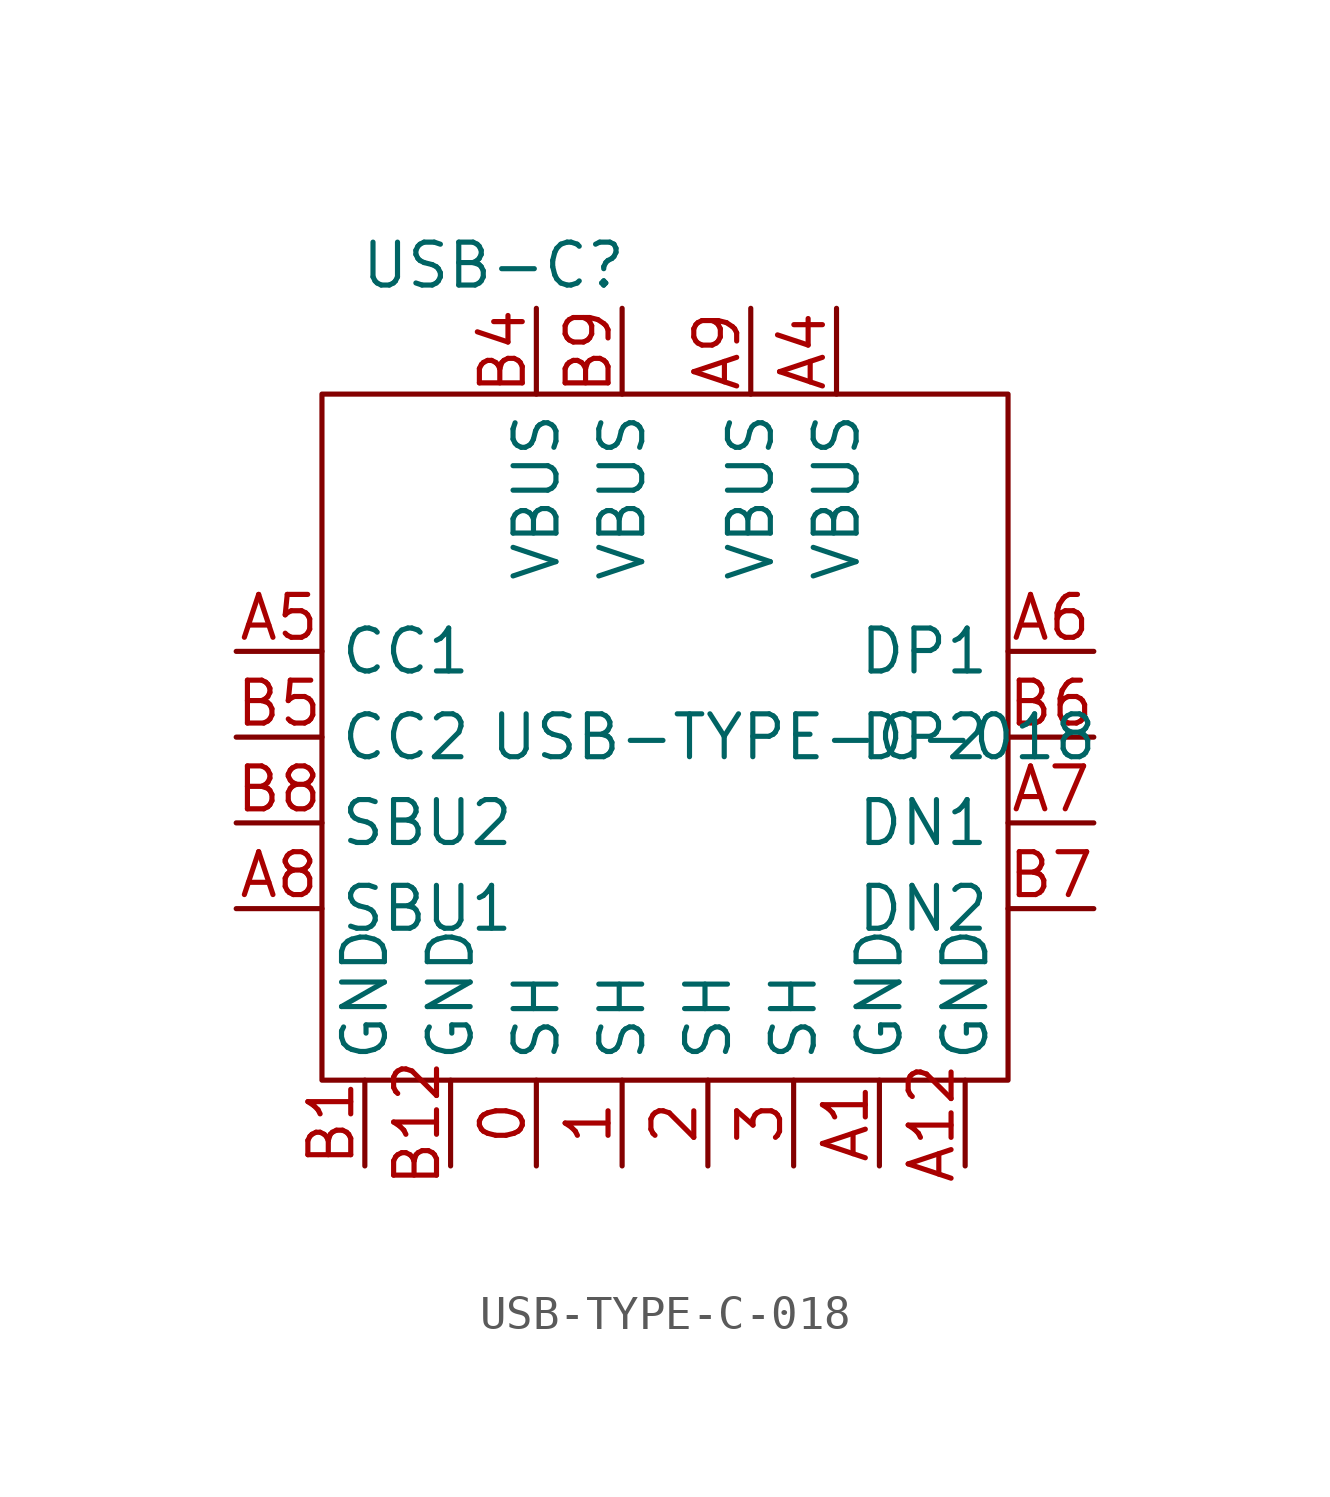
<source format=kicad_sym>
(kicad_symbol_lib
  (version 20220914)
  (generator kicad_symbol_editor)
  (symbol "USB-TYPE-C-018"
    (property "Reference" "USB-C"
      (at 0 0 0)
      (effects (font (size 1.27 1.27))))
    (property "Value" "USB-TYPE-C-018"
      (at 8.89 -13.97 0)
      (effects (font (size 1.27 1.27))))
    (symbol "USB-TYPE-C-018_0_1"
      (rectangle (start -5.08 -3.81) (end 15.24 -24.13) (stroke (width 0) (type default)) (fill (type none))))
    (symbol "USB-TYPE-C-018_1_1"
      (pin bidirectional line (at 1.27 -26.67 90) (length 2.54) (name "SH" (effects (font (size 1.27 1.27)))) (number "0" (effects (font (size 1.27 1.27)))))
      (pin bidirectional line (at 3.81 -26.67 90) (length 2.54) (name "SH" (effects (font (size 1.27 1.27)))) (number "1" (effects (font (size 1.27 1.27)))))
      (pin bidirectional line (at 6.35 -26.67 90) (length 2.54) (name "SH" (effects (font (size 1.27 1.27)))) (number "2" (effects (font (size 1.27 1.27)))))
      (pin bidirectional line (at 8.89 -26.67 90) (length 2.54) (name "SH" (effects (font (size 1.27 1.27)))) (number "3" (effects (font (size 1.27 1.27)))))
      (pin bidirectional line (at 11.43 -26.67 90) (length 2.54) (name "GND" (effects (font (size 1.27 1.27)))) (number "A1" (effects (font (size 1.27 1.27)))))
      (pin bidirectional line (at 13.97 -26.67 90) (length 2.54) (name "GND" (effects (font (size 1.27 1.27)))) (number "A12" (effects (font (size 1.27 1.27)))))
      (pin bidirectional line (at 10.16 -1.27 270) (length 2.54) (name "VBUS" (effects (font (size 1.27 1.27)))) (number "A4" (effects (font (size 1.27 1.27)))))
      (pin bidirectional line (at -7.62 -11.43 0) (length 2.54) (name "CC1" (effects (font (size 1.27 1.27)))) (number "A5" (effects (font (size 1.27 1.27)))))
      (pin bidirectional line (at 17.78 -11.43 180) (length 2.54) (name "DP1" (effects (font (size 1.27 1.27)))) (number "A6" (effects (font (size 1.27 1.27)))))
      (pin bidirectional line (at 17.78 -16.51 180) (length 2.54) (name "DN1" (effects (font (size 1.27 1.27)))) (number "A7" (effects (font (size 1.27 1.27)))))
      (pin bidirectional line (at -7.62 -19.05 0) (length 2.54) (name "SBU1" (effects (font (size 1.27 1.27)))) (number "A8" (effects (font (size 1.27 1.27)))))
      (pin bidirectional line (at 7.62 -1.27 270) (length 2.54) (name "VBUS" (effects (font (size 1.27 1.27)))) (number "A9" (effects (font (size 1.27 1.27)))))
      (pin bidirectional line (at -3.81 -26.67 90) (length 2.54) (name "GND" (effects (font (size 1.27 1.27)))) (number "B1" (effects (font (size 1.27 1.27)))))
      (pin bidirectional line (at -1.27 -26.67 90) (length 2.54) (name "GND" (effects (font (size 1.27 1.27)))) (number "B12" (effects (font (size 1.27 1.27)))))
      (pin bidirectional line (at 1.27 -1.27 270) (length 2.54) (name "VBUS" (effects (font (size 1.27 1.27)))) (number "B4" (effects (font (size 1.27 1.27)))))
      (pin bidirectional line (at -7.62 -13.97 0) (length 2.54) (name "CC2" (effects (font (size 1.27 1.27)))) (number "B5" (effects (font (size 1.27 1.27)))))
      (pin bidirectional line (at 17.78 -13.97 180) (length 2.54) (name "DP2" (effects (font (size 1.27 1.27)))) (number "B6" (effects (font (size 1.27 1.27)))))
      (pin bidirectional line (at 17.78 -19.05 180) (length 2.54) (name "DN2" (effects (font (size 1.27 1.27)))) (number "B7" (effects (font (size 1.27 1.27)))))
      (pin bidirectional line (at -7.62 -16.51 0) (length 2.54) (name "SBU2" (effects (font (size 1.27 1.27)))) (number "B8" (effects (font (size 1.27 1.27)))))
      (pin bidirectional line (at 3.81 -1.27 270) (length 2.54) (name "VBUS" (effects (font (size 1.27 1.27)))) (number "B9" (effects (font (size 1.27 1.27))))))))
</source>
